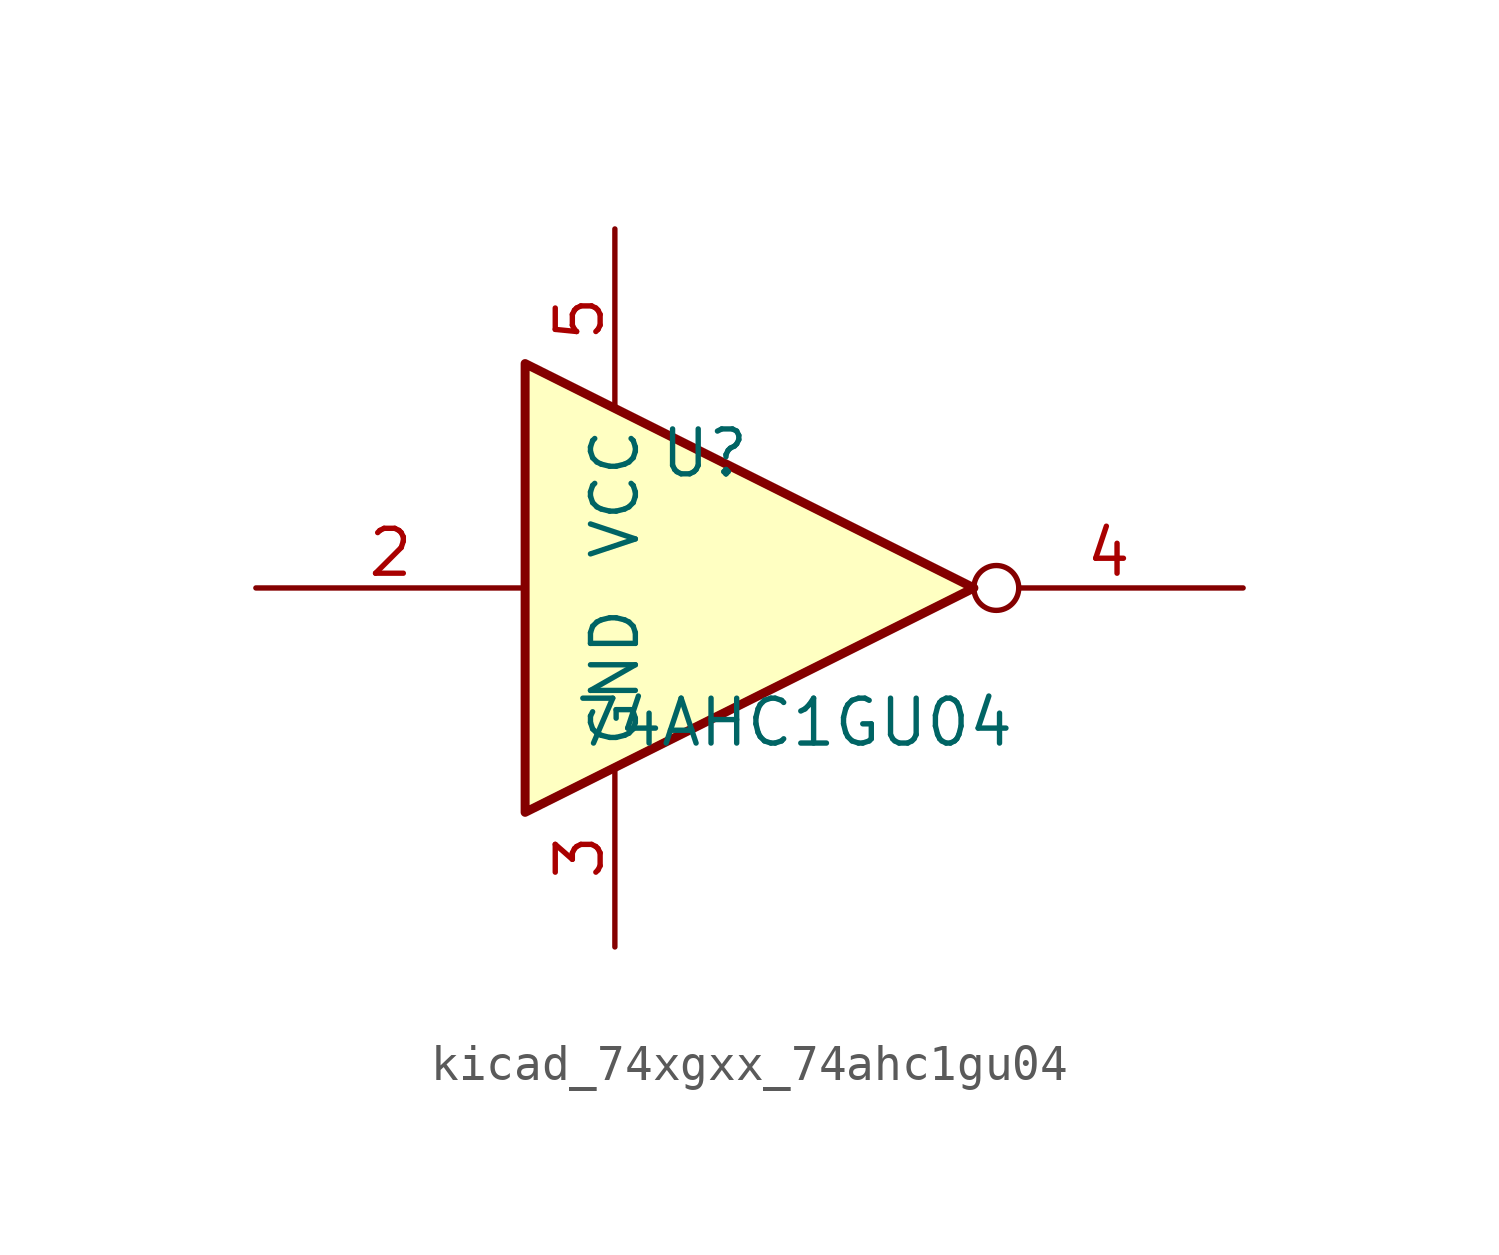
<source format=kicad_sym>
(kicad_symbol_lib
  (version 20220914)
  (generator kicad_symbol_editor)
  (symbol "kicad_74xgxx_74ahc1gu04"
    (property "Reference" "U"
      (at -2.54 3.81 0)
      (effects (font (size 1.27 1.27))))
    (property "Value" "74AHC1GU04"
      (at 0 -3.81 0)
      (effects (font (size 1.27 1.27))))
    (symbol "kicad_74xgxx_74ahc1gu04_0_1"
      (polyline (pts (xy -7.62 6.35) (xy -7.62 -6.35) (xy 5.08 0) (xy -7.62 6.35)) (stroke (width 0.254) (type default)) (fill (type background))))
    (symbol "kicad_74xgxx_74ahc1gu04_1_1"
      (pin input line (at -15.24 0 0) (length 7.62) (name "~" (effects (font (size 1.27 1.27)))) (number "2" (effects (font (size 1.27 1.27)))))
      (pin power_in line (at -5.08 -10.16 90) (length 5.08) (name "GND" (effects (font (size 1.27 1.27)))) (number "3" (effects (font (size 1.27 1.27)))))
      (pin output inverted (at 12.7 0 180) (length 7.62) (name "~" (effects (font (size 1.27 1.27)))) (number "4" (effects (font (size 1.27 1.27)))))
      (pin power_in line (at -5.08 10.16 270) (length 5.08) (name "VCC" (effects (font (size 1.27 1.27)))) (number "5" (effects (font (size 1.27 1.27))))))))
</source>
